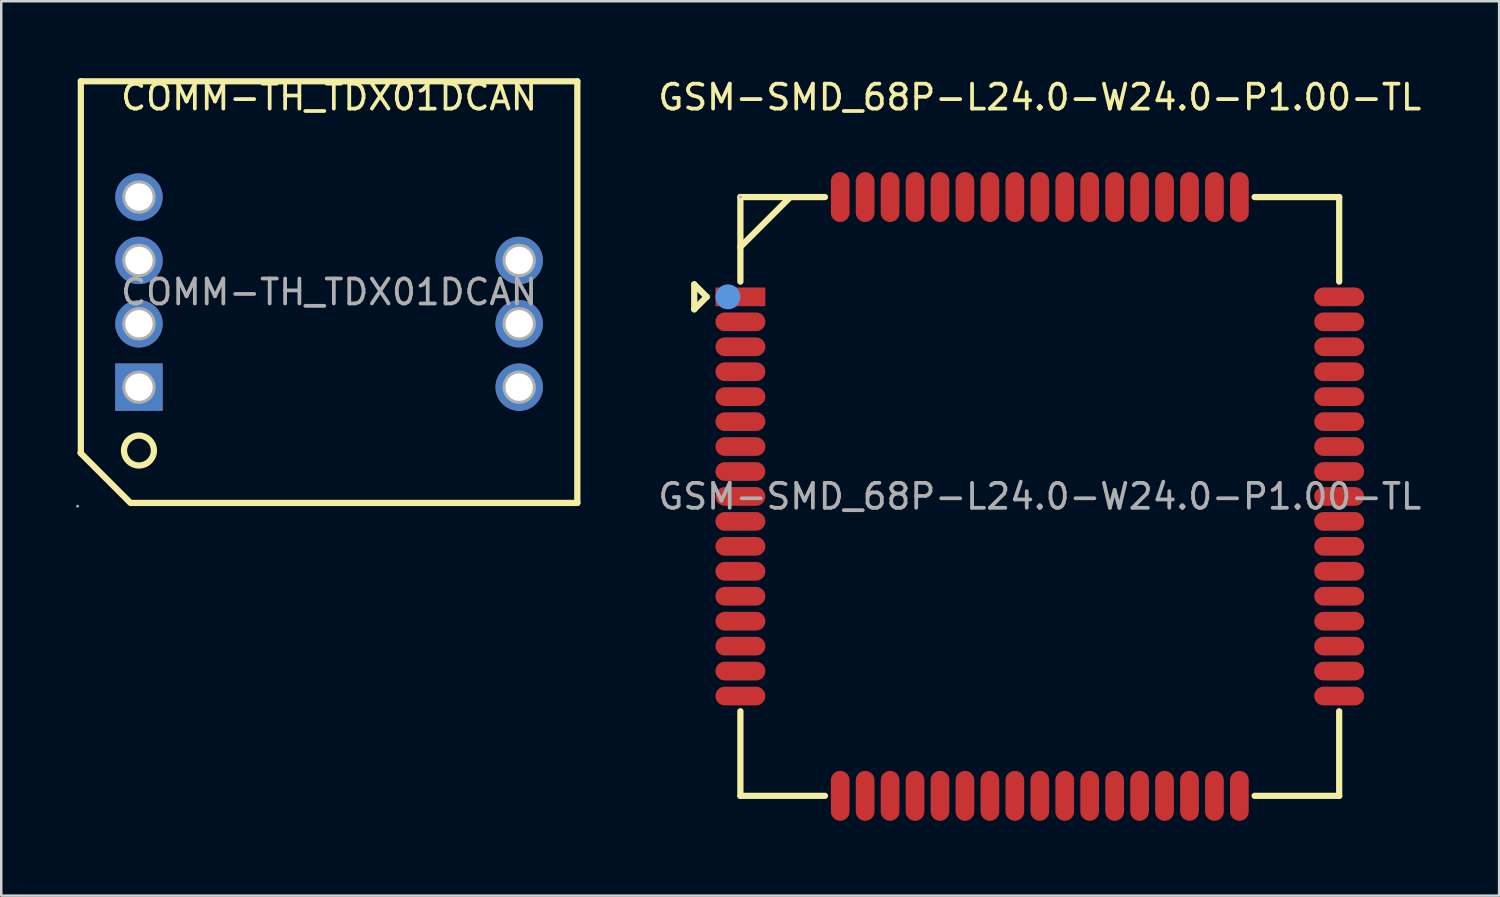
<source format=kicad_pcb>
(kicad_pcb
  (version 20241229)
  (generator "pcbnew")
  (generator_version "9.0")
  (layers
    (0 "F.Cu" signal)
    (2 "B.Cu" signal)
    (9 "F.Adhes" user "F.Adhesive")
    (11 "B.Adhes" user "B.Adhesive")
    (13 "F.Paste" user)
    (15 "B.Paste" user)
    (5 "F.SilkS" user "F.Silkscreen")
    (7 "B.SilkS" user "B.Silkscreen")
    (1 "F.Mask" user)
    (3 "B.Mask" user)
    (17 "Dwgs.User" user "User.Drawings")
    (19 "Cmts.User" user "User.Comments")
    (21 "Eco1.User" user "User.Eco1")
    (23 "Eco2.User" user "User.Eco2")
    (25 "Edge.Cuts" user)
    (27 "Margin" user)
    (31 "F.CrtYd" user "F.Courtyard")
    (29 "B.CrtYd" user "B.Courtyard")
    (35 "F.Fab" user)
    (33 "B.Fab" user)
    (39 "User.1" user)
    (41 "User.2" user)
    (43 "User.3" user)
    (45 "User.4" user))
  (footprint "COMM-TH_TDX01DCAN"
    (layer "F.Cu")
    (at 10.14 8.658)
    (property "Reference" "COMM-TH_TDX01DCAN" (at 0 -7.81 0) (layer "F.SilkS") (effects (font (size 1 1) (thickness 0.15))))
    (attr through_hole)
    (fp_line (start -9.96 6.45) (end -7.98 8.43) (stroke (width 0.25) (type solid)) (layer "F.SilkS"))
    (fp_line (start -9.95 -8.45) (end -9.95 6.45) (stroke (width 0.25) (type solid)) (layer "F.SilkS"))
    (fp_line (start -9.95 -8.45) (end 9.95 -8.45) (stroke (width 0.25) (type solid)) (layer "F.SilkS"))
    (fp_line (start -7.95 8.45) (end 9.95 8.45) (stroke (width 0.25) (type solid)) (layer "F.SilkS"))
    (fp_line (start 9.95 -8.45) (end 9.95 8.45) (stroke (width 0.25) (type solid)) (layer "F.SilkS"))
    (fp_circle (center -7.62 6.35) (end -7.02 6.35) (stroke (width 0.25) (type solid)) (fill no) (layer "F.SilkS"))
    (fp_circle (center -10.08 8.58) (end -10.05 8.58) (stroke (width 0.06) (type solid)) (fill no) (layer "F.Fab"))
    (fp_circle (center -7.62 -3.81) (end -7.4 -3.81) (stroke (width 0.45) (type solid)) (fill no) (layer "F.Fab"))
    (fp_circle (center -7.62 -1.27) (end -7.4 -1.27) (stroke (width 0.45) (type solid)) (fill no) (layer "F.Fab"))
    (fp_circle (center -7.62 1.27) (end -7.4 1.27) (stroke (width 0.45) (type solid)) (fill no) (layer "F.Fab"))
    (fp_circle (center -7.62 3.81) (end -7.4 3.81) (stroke (width 0.45) (type solid)) (fill no) (layer "F.Fab"))
    (fp_circle (center 7.62 -1.27) (end 7.84 -1.27) (stroke (width 0.45) (type solid)) (fill no) (layer "F.Fab"))
    (fp_circle (center 7.62 1.27) (end 7.84 1.27) (stroke (width 0.45) (type solid)) (fill no) (layer "F.Fab"))
    (fp_circle (center 7.62 3.81) (end 7.84 3.81) (stroke (width 0.45) (type solid)) (fill no) (layer "F.Fab"))
    (fp_text user "${REFERENCE}" (at 0 0 0) (layer "F.Fab") (effects (font (size 1 1) (thickness 0.15))))
    (pad "1" thru_hole rect (at -7.62 3.81) (size 1.9 1.9) (drill 1.1) (layers "*.Cu" "*.Paste" "*.Mask"))
    (pad "2" thru_hole circle (at -7.62 1.27) (size 1.9 1.9) (drill 1.1) (layers "*.Cu" "*.Paste" "*.Mask"))
    (pad "3" thru_hole circle (at -7.62 -1.27) (size 1.9 1.9) (drill 1.1) (layers "*.Cu" "*.Paste" "*.Mask"))
    (pad "4" thru_hole circle (at -7.62 -3.81) (size 1.9 1.9) (drill 1.1) (layers "*.Cu" "*.Paste" "*.Mask"))
    (pad "6" thru_hole circle (at 7.62 -1.27) (size 1.9 1.9) (drill 1.1) (layers "*.Cu" "*.Paste" "*.Mask"))
    (pad "7" thru_hole circle (at 7.62 1.27) (size 1.9 1.9) (drill 1.1) (layers "*.Cu" "*.Paste" "*.Mask"))
    (pad "8" thru_hole circle (at 7.62 3.81) (size 1.9 1.9) (drill 1.1) (layers "*.Cu" "*.Paste" "*.Mask")))
  (footprint "GSM-SMD_68P-L24.0-W24.0-P1.00-TL"
    (layer "F.Cu")
    (at 38.626 16.848)
    (property "Reference" "GSM-SMD_68P-L24.0-W24.0-P1.00-TL" (at 0 -16 0) (layer "F.SilkS") (effects (font (size 1 1) (thickness 0.15))))
    (attr through_hole)
    (fp_line (start -13.85 -8.5) (end -13.85 -7.5) (stroke (width 0.25) (type solid)) (layer "F.SilkS"))
    (fp_line (start -13.85 -7.5) (end -13.35 -8) (stroke (width 0.25) (type solid)) (layer "F.SilkS"))
    (fp_line (start -13.35 -8) (end -13.85 -8.5) (stroke (width 0.25) (type solid)) (layer "F.SilkS"))
    (fp_line (start -12 -12) (end -8.61 -12) (stroke (width 0.25) (type solid)) (layer "F.SilkS"))
    (fp_line (start -12 -8.61) (end -12 -12) (stroke (width 0.25) (type solid)) (layer "F.SilkS"))
    (fp_line (start -12 12) (end -12 8.61) (stroke (width 0.25) (type solid)) (layer "F.SilkS"))
    (fp_line (start -10 -12) (end -12 -10) (stroke (width 0.25) (type solid)) (layer "F.SilkS"))
    (fp_line (start -8.61 12) (end -12 12) (stroke (width 0.25) (type solid)) (layer "F.SilkS"))
    (fp_line (start 8.61 -12) (end 12 -12) (stroke (width 0.25) (type solid)) (layer "F.SilkS"))
    (fp_line (start 12 -12) (end 12 -8.61) (stroke (width 0.25) (type solid)) (layer "F.SilkS"))
    (fp_line (start 12 8.61) (end 12 12) (stroke (width 0.25) (type solid)) (layer "F.SilkS"))
    (fp_line (start 12 12) (end 8.61 12) (stroke (width 0.25) (type solid)) (layer "F.SilkS"))
    (fp_circle (center -12.5 -8) (end -12.25 -8) (stroke (width 0.5) (type solid)) (fill no) (layer "Cmts.User"))
    (fp_circle (center -12 -12) (end -11.97 -12) (stroke (width 0.06) (type solid)) (fill no) (layer "F.Fab"))
    (fp_text user "${REFERENCE}" (at 0 0 0) (layer "F.Fab") (effects (font (size 1 1) (thickness 0.15))))
    (pad "1" smd rect (at -12 -8) (size 2 0.75) (layers "F.Cu" "F.Mask" "F.Paste"))
    (pad "2" smd oval (at -12 -7) (size 2 0.75) (layers "F.Cu" "F.Mask" "F.Paste"))
    (pad "3" smd oval (at -12 -6) (size 2 0.75) (layers "F.Cu" "F.Mask" "F.Paste"))
    (pad "4" smd oval (at -12 -5) (size 2 0.75) (layers "F.Cu" "F.Mask" "F.Paste"))
    (pad "5" smd oval (at -12 -4) (size 2 0.75) (layers "F.Cu" "F.Mask" "F.Paste"))
    (pad "6" smd oval (at -12 -3) (size 2 0.75) (layers "F.Cu" "F.Mask" "F.Paste"))
    (pad "7" smd oval (at -12 -2) (size 2 0.75) (layers "F.Cu" "F.Mask" "F.Paste"))
    (pad "8" smd oval (at -12 -1) (size 2 0.75) (layers "F.Cu" "F.Mask" "F.Paste"))
    (pad "9" smd oval (at -12 0) (size 2 0.75) (layers "F.Cu" "F.Mask" "F.Paste"))
    (pad "10" smd oval (at -12 1) (size 2 0.75) (layers "F.Cu" "F.Mask" "F.Paste"))
    (pad "11" smd oval (at -12 2) (size 2 0.75) (layers "F.Cu" "F.Mask" "F.Paste"))
    (pad "12" smd oval (at -12 3) (size 2 0.75) (layers "F.Cu" "F.Mask" "F.Paste"))
    (pad "13" smd oval (at -12 4) (size 2 0.75) (layers "F.Cu" "F.Mask" "F.Paste"))
    (pad "14" smd oval (at -12 5) (size 2 0.75) (layers "F.Cu" "F.Mask" "F.Paste"))
    (pad "15" smd oval (at -12 6) (size 2 0.75) (layers "F.Cu" "F.Mask" "F.Paste"))
    (pad "16" smd oval (at -12 7) (size 2 0.75) (layers "F.Cu" "F.Mask" "F.Paste"))
    (pad "17" smd oval (at -12 8) (size 2 0.75) (layers "F.Cu" "F.Mask" "F.Paste"))
    (pad "18" smd oval (at -8 12 90) (size 2 0.75) (layers "F.Cu" "F.Mask" "F.Paste"))
    (pad "19" smd oval (at -7 12 90) (size 2 0.75) (layers "F.Cu" "F.Mask" "F.Paste"))
    (pad "20" smd oval (at -6 12 90) (size 2 0.75) (layers "F.Cu" "F.Mask" "F.Paste"))
    (pad "21" smd oval (at -5 12 90) (size 2 0.75) (layers "F.Cu" "F.Mask" "F.Paste"))
    (pad "22" smd oval (at -4 12 90) (size 2 0.75) (layers "F.Cu" "F.Mask" "F.Paste"))
    (pad "23" smd oval (at -3 12 90) (size 2 0.75) (layers "F.Cu" "F.Mask" "F.Paste"))
    (pad "24" smd oval (at -2 12 90) (size 2 0.75) (layers "F.Cu" "F.Mask" "F.Paste"))
    (pad "25" smd oval (at -1 12 90) (size 2 0.75) (layers "F.Cu" "F.Mask" "F.Paste"))
    (pad "26" smd oval (at 0 12 90) (size 2 0.75) (layers "F.Cu" "F.Mask" "F.Paste"))
    (pad "27" smd oval (at 1 12 90) (size 2 0.75) (layers "F.Cu" "F.Mask" "F.Paste"))
    (pad "28" smd oval (at 2 12 90) (size 2 0.75) (layers "F.Cu" "F.Mask" "F.Paste"))
    (pad "29" smd oval (at 3 12 90) (size 2 0.75) (layers "F.Cu" "F.Mask" "F.Paste"))
    (pad "30" smd oval (at 4 12 90) (size 2 0.75) (layers "F.Cu" "F.Mask" "F.Paste"))
    (pad "31" smd oval (at 5 12 90) (size 2 0.75) (layers "F.Cu" "F.Mask" "F.Paste"))
    (pad "32" smd oval (at 6 12 90) (size 2 0.75) (layers "F.Cu" "F.Mask" "F.Paste"))
    (pad "33" smd oval (at 7 12 90) (size 2 0.75) (layers "F.Cu" "F.Mask" "F.Paste"))
    (pad "34" smd oval (at 8 12 90) (size 2 0.75) (layers "F.Cu" "F.Mask" "F.Paste"))
    (pad "35" smd oval (at 12 8 180) (size 2 0.75) (layers "F.Cu" "F.Mask" "F.Paste"))
    (pad "36" smd oval (at 12 7 180) (size 2 0.75) (layers "F.Cu" "F.Mask" "F.Paste"))
    (pad "37" smd oval (at 12 6 180) (size 2 0.75) (layers "F.Cu" "F.Mask" "F.Paste"))
    (pad "38" smd oval (at 12 5 180) (size 2 0.75) (layers "F.Cu" "F.Mask" "F.Paste"))
    (pad "39" smd oval (at 12 4 180) (size 2 0.75) (layers "F.Cu" "F.Mask" "F.Paste"))
    (pad "40" smd oval (at 12 3 180) (size 2 0.75) (layers "F.Cu" "F.Mask" "F.Paste"))
    (pad "41" smd oval (at 12 2 180) (size 2 0.75) (layers "F.Cu" "F.Mask" "F.Paste"))
    (pad "42" smd oval (at 12 1 180) (size 2 0.75) (layers "F.Cu" "F.Mask" "F.Paste"))
    (pad "43" smd oval (at 12 0 180) (size 2 0.75) (layers "F.Cu" "F.Mask" "F.Paste"))
    (pad "44" smd oval (at 12 -1 180) (size 2 0.75) (layers "F.Cu" "F.Mask" "F.Paste"))
    (pad "45" smd oval (at 12 -2 180) (size 2 0.75) (layers "F.Cu" "F.Mask" "F.Paste"))
    (pad "46" smd oval (at 12 -3 180) (size 2 0.75) (layers "F.Cu" "F.Mask" "F.Paste"))
    (pad "47" smd oval (at 12 -4 180) (size 2 0.75) (layers "F.Cu" "F.Mask" "F.Paste"))
    (pad "48" smd oval (at 12 -5 180) (size 2 0.75) (layers "F.Cu" "F.Mask" "F.Paste"))
    (pad "49" smd oval (at 12 -6 180) (size 2 0.75) (layers "F.Cu" "F.Mask" "F.Paste"))
    (pad "50" smd oval (at 12 -7 180) (size 2 0.75) (layers "F.Cu" "F.Mask" "F.Paste"))
    (pad "51" smd oval (at 12 -8 180) (size 2 0.75) (layers "F.Cu" "F.Mask" "F.Paste"))
    (pad "52" smd oval (at 8 -12 270) (size 2 0.75) (layers "F.Cu" "F.Mask" "F.Paste"))
    (pad "53" smd oval (at 7 -12 270) (size 2 0.75) (layers "F.Cu" "F.Mask" "F.Paste"))
    (pad "54" smd oval (at 6 -12 270) (size 2 0.75) (layers "F.Cu" "F.Mask" "F.Paste"))
    (pad "55" smd oval (at 5 -12 270) (size 2 0.75) (layers "F.Cu" "F.Mask" "F.Paste"))
    (pad "56" smd oval (at 4 -12 270) (size 2 0.75) (layers "F.Cu" "F.Mask" "F.Paste"))
    (pad "57" smd oval (at 3 -12 270) (size 2 0.75) (layers "F.Cu" "F.Mask" "F.Paste"))
    (pad "58" smd oval (at 2 -12 270) (size 2 0.75) (layers "F.Cu" "F.Mask" "F.Paste"))
    (pad "59" smd oval (at 1 -12 270) (size 2 0.75) (layers "F.Cu" "F.Mask" "F.Paste"))
    (pad "60" smd oval (at 0 -12 270) (size 2 0.75) (layers "F.Cu" "F.Mask" "F.Paste"))
    (pad "61" smd oval (at -1 -12 270) (size 2 0.75) (layers "F.Cu" "F.Mask" "F.Paste"))
    (pad "62" smd oval (at -2 -12 270) (size 2 0.75) (layers "F.Cu" "F.Mask" "F.Paste"))
    (pad "63" smd oval (at -3 -12 270) (size 2 0.75) (layers "F.Cu" "F.Mask" "F.Paste"))
    (pad "64" smd oval (at -4 -12 270) (size 2 0.75) (layers "F.Cu" "F.Mask" "F.Paste"))
    (pad "65" smd oval (at -5 -12 270) (size 2 0.75) (layers "F.Cu" "F.Mask" "F.Paste"))
    (pad "66" smd oval (at -6 -12 270) (size 2 0.75) (layers "F.Cu" "F.Mask" "F.Paste"))
    (pad "67" smd oval (at -7 -12 270) (size 2 0.75) (layers "F.Cu" "F.Mask" "F.Paste"))
    (pad "68" smd oval (at -8 -12 270) (size 2 0.75) (layers "F.Cu" "F.Mask" "F.Paste")))
  (gr_rect
    (start -3 -3)
    (end 57.036 32.848)
    (stroke (width 0.1) (type default))
    (fill no)
    (layer "Edge.Cuts")))
</source>
